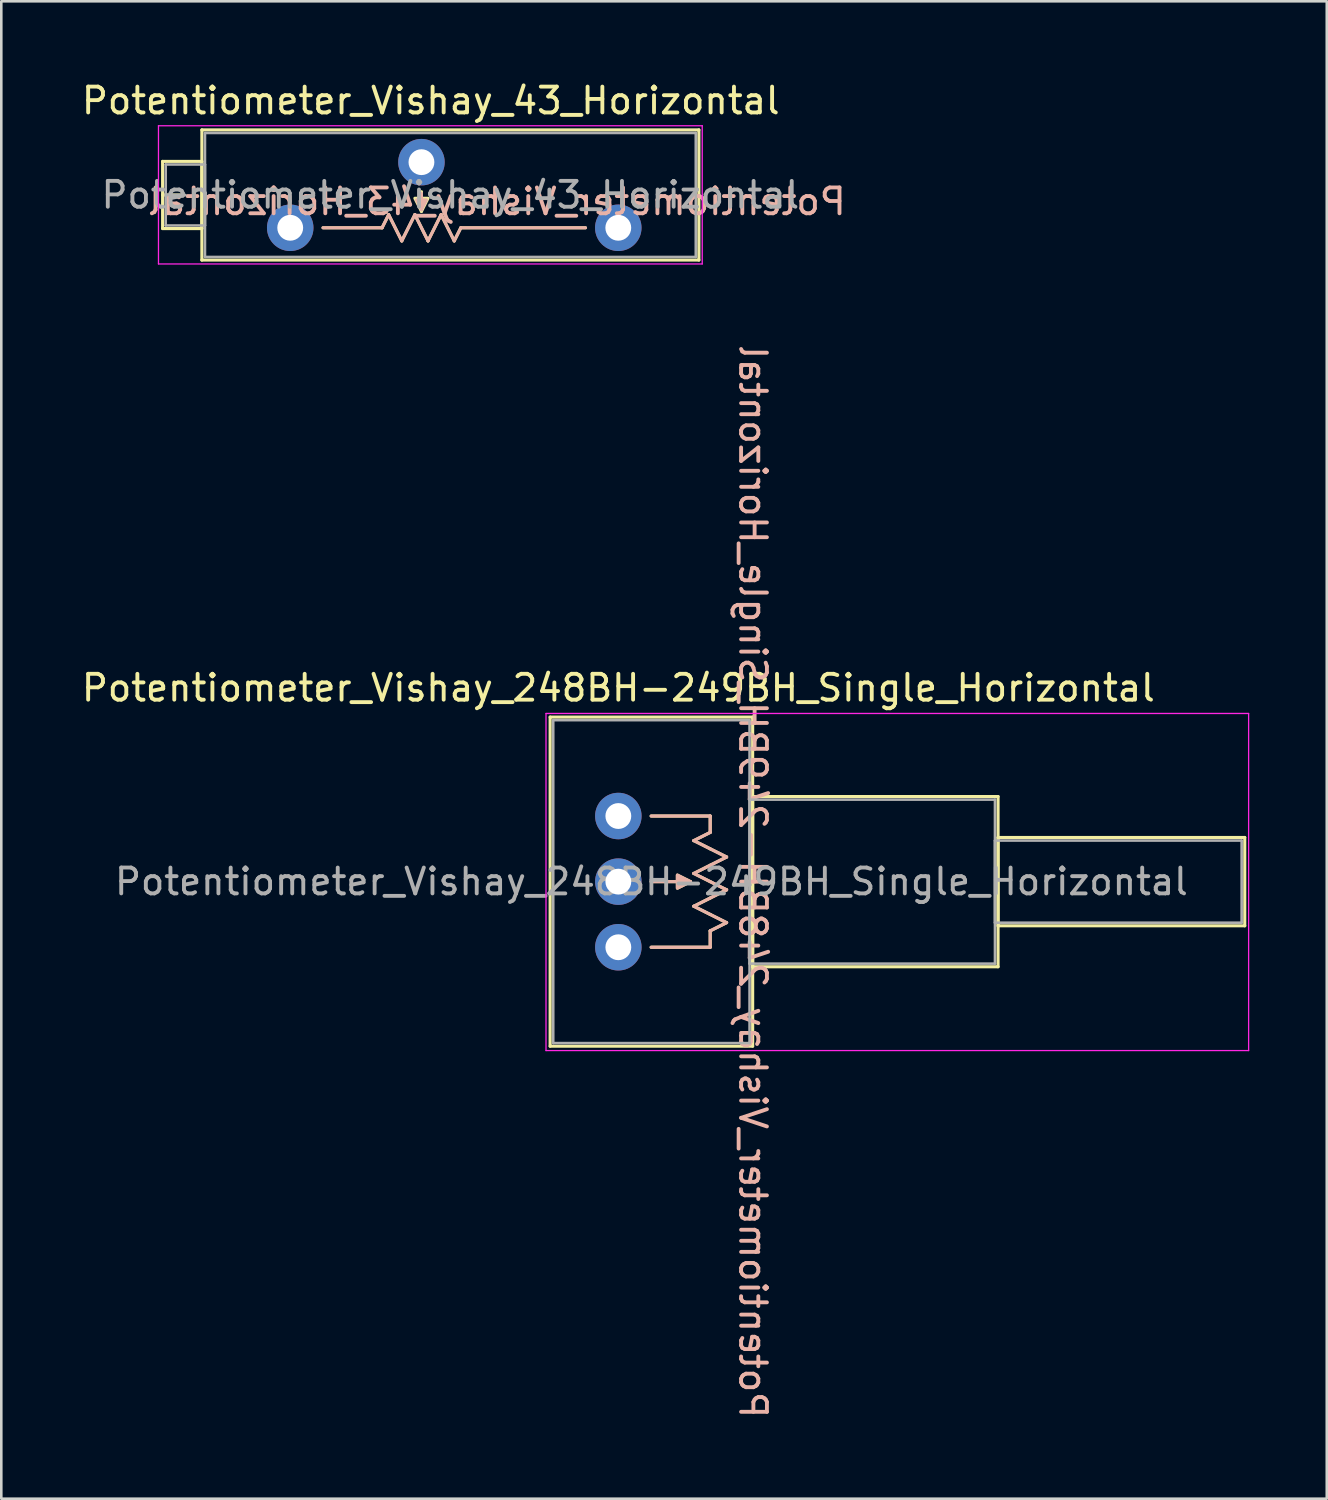
<source format=kicad_pcb>
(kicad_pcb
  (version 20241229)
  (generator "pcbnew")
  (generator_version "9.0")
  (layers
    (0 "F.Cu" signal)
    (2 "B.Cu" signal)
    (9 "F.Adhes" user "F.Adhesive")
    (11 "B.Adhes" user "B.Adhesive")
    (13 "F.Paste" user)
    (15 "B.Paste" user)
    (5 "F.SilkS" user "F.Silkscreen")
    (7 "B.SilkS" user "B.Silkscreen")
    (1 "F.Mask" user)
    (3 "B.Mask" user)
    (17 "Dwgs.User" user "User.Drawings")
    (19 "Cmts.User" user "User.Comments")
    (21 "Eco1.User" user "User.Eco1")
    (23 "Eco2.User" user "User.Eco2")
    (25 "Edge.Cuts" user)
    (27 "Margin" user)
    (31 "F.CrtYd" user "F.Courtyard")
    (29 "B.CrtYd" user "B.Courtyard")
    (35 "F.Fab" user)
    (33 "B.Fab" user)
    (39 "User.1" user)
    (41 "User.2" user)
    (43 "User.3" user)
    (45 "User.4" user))
  (footprint "Potentiometer_Vishay_248BH-249BH_Single_Horizontal"
    (layer "F.Cu")
    (at 20.887 33.62)
    (property "Reference" "Potentiometer_Vishay_248BH-249BH_Single_Horizontal" (at 0 -10.04 0) (layer "F.SilkS") (effects (font (size 1 1) (thickness 0.15))))
    (attr through_hole)
    (fp_line (start -2.64 -8.91) (end -2.64 3.83) (stroke (width 0.12) (type solid)) (layer "F.SilkS"))
    (fp_line (start -2.64 -8.91) (end 5.2 -8.91) (stroke (width 0.12) (type solid)) (layer "F.SilkS"))
    (fp_line (start -2.64 3.83) (end 5.2 3.83) (stroke (width 0.12) (type solid)) (layer "F.SilkS"))
    (fp_line (start 1.27 -5.08) (end 3.556 -5.08) (stroke (width 0.12) (type solid)) (layer "F.SilkS"))
    (fp_line (start 1.27 0) (end 3.556 0) (stroke (width 0.12) (type solid)) (layer "F.SilkS"))
    (fp_line (start 2.794 -2.54) (end 1.27 -2.54) (stroke (width 0.12) (type solid)) (layer "F.SilkS"))
    (fp_line (start 2.921 -4.128) (end 3.556 -3.81) (stroke (width 0.12) (type solid)) (layer "F.SilkS"))
    (fp_line (start 2.921 -2.857) (end 3.556 -2.54) (stroke (width 0.12) (type solid)) (layer "F.SilkS"))
    (fp_line (start 2.921 -1.587) (end 3.556 -1.27) (stroke (width 0.12) (type solid)) (layer "F.SilkS"))
    (fp_line (start 3.556 -5.08) (end 3.556 -4.445) (stroke (width 0.12) (type solid)) (layer "F.SilkS"))
    (fp_line (start 3.556 -4.445) (end 2.921 -4.128) (stroke (width 0.12) (type solid)) (layer "F.SilkS"))
    (fp_line (start 3.556 -3.175) (end 2.921 -2.857) (stroke (width 0.12) (type solid)) (layer "F.SilkS"))
    (fp_line (start 3.556 -3.175) (end 4.191 -3.493) (stroke (width 0.12) (type solid)) (layer "F.SilkS"))
    (fp_line (start 3.556 -1.905) (end 2.921 -1.587) (stroke (width 0.12) (type solid)) (layer "F.SilkS"))
    (fp_line (start 3.556 -1.905) (end 4.191 -2.223) (stroke (width 0.12) (type solid)) (layer "F.SilkS"))
    (fp_line (start 3.556 -0.635) (end 4.191 -0.953) (stroke (width 0.12) (type solid)) (layer "F.SilkS"))
    (fp_line (start 3.556 0) (end 3.556 -0.635) (stroke (width 0.12) (type solid)) (layer "F.SilkS"))
    (fp_line (start 4.191 -3.493) (end 3.556 -3.81) (stroke (width 0.12) (type solid)) (layer "F.SilkS"))
    (fp_line (start 4.191 -2.223) (end 3.556 -2.54) (stroke (width 0.12) (type solid)) (layer "F.SilkS"))
    (fp_line (start 4.191 -0.953) (end 3.556 -1.27) (stroke (width 0.12) (type solid)) (layer "F.SilkS"))
    (fp_line (start 5.2 -8.91) (end 5.2 3.83) (stroke (width 0.12) (type solid)) (layer "F.SilkS"))
    (fp_line (start 5.2 -5.835) (end 5.2 0.755) (stroke (width 0.12) (type solid)) (layer "F.SilkS"))
    (fp_line (start 5.2 -5.835) (end 14.7 -5.835) (stroke (width 0.12) (type solid)) (layer "F.SilkS"))
    (fp_line (start 5.2 0.755) (end 14.7 0.755) (stroke (width 0.12) (type solid)) (layer "F.SilkS"))
    (fp_line (start 14.7 -5.835) (end 14.7 0.755) (stroke (width 0.12) (type solid)) (layer "F.SilkS"))
    (fp_line (start 14.7 -4.249) (end 14.7 -0.83) (stroke (width 0.12) (type solid)) (layer "F.SilkS"))
    (fp_line (start 14.7 -4.249) (end 24.25 -4.249) (stroke (width 0.12) (type solid)) (layer "F.SilkS"))
    (fp_line (start 14.7 -0.83) (end 24.25 -0.83) (stroke (width 0.12) (type solid)) (layer "F.SilkS"))
    (fp_line (start 24.25 -4.249) (end 24.25 -0.83) (stroke (width 0.12) (type solid)) (layer "F.SilkS"))
    (fp_poly (pts (xy 2.794 -2.54) (xy 2.286 -2.286) (xy 2.286 -2.794)) (stroke (width 0.12) (type solid)) (fill yes) (layer "F.SilkS"))
    (fp_line (start 1.27 -5.08) (end 3.556 -5.08) (stroke (width 0.12) (type solid)) (layer "B.SilkS"))
    (fp_line (start 1.27 -2.54) (end 2.794 -2.54) (stroke (width 0.12) (type solid)) (layer "B.SilkS"))
    (fp_line (start 2.921 -4.128) (end 4.191 -3.493) (stroke (width 0.12) (type solid)) (layer "B.SilkS"))
    (fp_line (start 2.921 -2.857) (end 4.191 -2.223) (stroke (width 0.12) (type solid)) (layer "B.SilkS"))
    (fp_line (start 2.921 -1.587) (end 4.191 -0.953) (stroke (width 0.12) (type solid)) (layer "B.SilkS"))
    (fp_line (start 3.556 -5.08) (end 3.556 -4.445) (stroke (width 0.12) (type solid)) (layer "B.SilkS"))
    (fp_line (start 3.556 -4.445) (end 2.921 -4.128) (stroke (width 0.12) (type solid)) (layer "B.SilkS"))
    (fp_line (start 3.556 -0.635) (end 3.556 0) (stroke (width 0.12) (type solid)) (layer "B.SilkS"))
    (fp_line (start 3.556 0) (end 1.27 0) (stroke (width 0.12) (type solid)) (layer "B.SilkS"))
    (fp_line (start 4.191 -3.493) (end 2.921 -2.857) (stroke (width 0.12) (type solid)) (layer "B.SilkS"))
    (fp_line (start 4.191 -2.223) (end 2.921 -1.587) (stroke (width 0.12) (type solid)) (layer "B.SilkS"))
    (fp_line (start 4.191 -0.953) (end 3.556 -0.635) (stroke (width 0.12) (type solid)) (layer "B.SilkS"))
    (fp_poly (pts (xy 2.794 -2.54) (xy 2.286 -2.286) (xy 2.286 -2.794)) (stroke (width 0.12) (type solid)) (fill yes) (layer "B.SilkS"))
    (fp_line (start -2.8 -9.05) (end -2.8 4) (stroke (width 0.05) (type solid)) (layer "F.CrtYd"))
    (fp_line (start -2.8 4) (end 24.4 4) (stroke (width 0.05) (type solid)) (layer "F.CrtYd"))
    (fp_line (start 24.4 -9.05) (end -2.8 -9.05) (stroke (width 0.05) (type solid)) (layer "F.CrtYd"))
    (fp_line (start 24.4 4) (end 24.4 -9.05) (stroke (width 0.05) (type solid)) (layer "F.CrtYd"))
    (fp_line (start -2.52 -8.79) (end -2.52 3.71) (stroke (width 0.1) (type solid)) (layer "F.Fab"))
    (fp_line (start -2.52 3.71) (end 5.08 3.71) (stroke (width 0.1) (type solid)) (layer "F.Fab"))
    (fp_line (start 5.08 -8.79) (end -2.52 -8.79) (stroke (width 0.1) (type solid)) (layer "F.Fab"))
    (fp_line (start 5.08 -5.715) (end 5.08 0.635) (stroke (width 0.1) (type solid)) (layer "F.Fab"))
    (fp_line (start 5.08 0.635) (end 14.58 0.635) (stroke (width 0.1) (type solid)) (layer "F.Fab"))
    (fp_line (start 5.08 3.71) (end 5.08 -8.79) (stroke (width 0.1) (type solid)) (layer "F.Fab"))
    (fp_line (start 14.58 -5.715) (end 5.08 -5.715) (stroke (width 0.1) (type solid)) (layer "F.Fab"))
    (fp_line (start 14.58 -4.13) (end 14.58 -0.95) (stroke (width 0.1) (type solid)) (layer "F.Fab"))
    (fp_line (start 14.58 -0.95) (end 24.13 -0.95) (stroke (width 0.1) (type solid)) (layer "F.Fab"))
    (fp_line (start 14.58 0.635) (end 14.58 -5.715) (stroke (width 0.1) (type solid)) (layer "F.Fab"))
    (fp_line (start 24.13 -4.13) (end 14.58 -4.13) (stroke (width 0.1) (type solid)) (layer "F.Fab"))
    (fp_line (start 24.13 -0.95) (end 24.13 -4.13) (stroke (width 0.1) (type solid)) (layer "F.Fab"))
    (fp_text user "${REFERENCE}" (at 5.207 -2.54 270) (unlocked yes) (layer "B.SilkS") (effects (font (size 1 1) (thickness 0.15)) (justify mirror)))
    (fp_text user "${REFERENCE}" (at 1.28 -2.54 0) (layer "F.Fab") (effects (font (size 1 1) (thickness 0.15))))
    (pad "1" thru_hole circle (at 0 0) (size 1.8 1.8) (drill 1) (layers "*.Cu" "*.Mask"))
    (pad "2" thru_hole circle (at 0 -2.54) (size 1.8 1.8) (drill 1) (layers "*.Cu" "*.Mask"))
    (pad "3" thru_hole circle (at 0 -5.08) (size 1.8 1.8) (drill 1) (layers "*.Cu" "*.Mask")))
  (footprint "Potentiometer_Vishay_43_Horizontal"
    (layer "F.Cu")
    (at 20.885 5.768)
    (property "Reference" "Potentiometer_Vishay_43_Horizontal" (at -7.26 -4.92 0) (layer "F.SilkS") (effects (font (size 1 1) (thickness 0.15))))
    (attr through_hole)
    (fp_line (start -17.64 -2.57) (end -17.64 0.03) (stroke (width 0.12) (type solid)) (layer "F.SilkS"))
    (fp_line (start -17.64 -2.57) (end -16.121 -2.57) (stroke (width 0.12) (type solid)) (layer "F.SilkS"))
    (fp_line (start -17.64 -1.27) (end -16.881 -1.27) (stroke (width 0.12) (type solid)) (layer "F.SilkS"))
    (fp_line (start -17.64 0.03) (end -16.121 0.03) (stroke (width 0.12) (type solid)) (layer "F.SilkS"))
    (fp_line (start -16.121 -2.57) (end -16.121 0.03) (stroke (width 0.12) (type solid)) (layer "F.SilkS"))
    (fp_line (start -16.12 -3.79) (end -16.12 1.25) (stroke (width 0.12) (type solid)) (layer "F.SilkS"))
    (fp_line (start -16.12 -3.79) (end 3.12 -3.79) (stroke (width 0.12) (type solid)) (layer "F.SilkS"))
    (fp_line (start -16.12 1.25) (end 3.12 1.25) (stroke (width 0.12) (type solid)) (layer "F.SilkS"))
    (fp_line (start -9.144 0) (end -11.43 0) (stroke (width 0.12) (type solid)) (layer "F.SilkS"))
    (fp_line (start -9.144 0) (end -8.89 -0.508) (stroke (width 0.12) (type solid)) (layer "F.SilkS"))
    (fp_line (start -8.89 -0.508) (end -8.382 0.508) (stroke (width 0.12) (type solid)) (layer "F.SilkS"))
    (fp_line (start -8.382 0.508) (end -7.874 -0.508) (stroke (width 0.12) (type solid)) (layer "F.SilkS"))
    (fp_line (start -7.874 -0.508) (end -7.366 0.508) (stroke (width 0.12) (type solid)) (layer "F.SilkS"))
    (fp_line (start -7.62 -1.397) (end -7.62 -0.635) (stroke (width 0.12) (type solid)) (layer "F.SilkS"))
    (fp_line (start -7.366 0.508) (end -6.858 -0.508) (stroke (width 0.12) (type solid)) (layer "F.SilkS"))
    (fp_line (start -6.858 -0.508) (end -6.35 0.508) (stroke (width 0.12) (type solid)) (layer "F.SilkS"))
    (fp_line (start -6.35 0.508) (end -6.096 0) (stroke (width 0.12) (type solid)) (layer "F.SilkS"))
    (fp_line (start -6.096 0) (end -1.27 0) (stroke (width 0.12) (type solid)) (layer "F.SilkS"))
    (fp_line (start 3.12 -3.79) (end 3.12 1.25) (stroke (width 0.12) (type solid)) (layer "F.SilkS"))
    (fp_poly (pts (xy -7.62 -0.635) (xy -7.874 -1.143) (xy -7.366 -1.143)) (stroke (width 0.12) (type solid)) (fill yes) (layer "F.SilkS"))
    (fp_line (start -11.43 0) (end -9.144 0) (stroke (width 0.12) (type solid)) (layer "B.SilkS"))
    (fp_line (start -9.144 0) (end -8.89 -0.508) (stroke (width 0.12) (type solid)) (layer "B.SilkS"))
    (fp_line (start -8.89 -0.508) (end -8.382 0.508) (stroke (width 0.12) (type solid)) (layer "B.SilkS"))
    (fp_line (start -8.382 0.508) (end -7.874 -0.508) (stroke (width 0.12) (type solid)) (layer "B.SilkS"))
    (fp_line (start -7.874 -0.508) (end -7.366 0.508) (stroke (width 0.12) (type solid)) (layer "B.SilkS"))
    (fp_line (start -7.62 -1.333) (end -7.62 -0.699) (stroke (width 0.12) (type solid)) (layer "B.SilkS"))
    (fp_line (start -7.366 0.508) (end -6.858 -0.508) (stroke (width 0.12) (type solid)) (layer "B.SilkS"))
    (fp_line (start -6.858 -0.508) (end -6.35 0.508) (stroke (width 0.12) (type solid)) (layer "B.SilkS"))
    (fp_line (start -6.35 0.508) (end -6.096 0) (stroke (width 0.12) (type solid)) (layer "B.SilkS"))
    (fp_line (start -6.096 0) (end -1.27 0) (stroke (width 0.12) (type solid)) (layer "B.SilkS"))
    (fp_poly (pts (xy -7.62 -0.699) (xy -7.811 -1.079) (xy -7.429 -1.079)) (stroke (width 0.12) (type solid)) (fill yes) (layer "B.SilkS"))
    (fp_line (start -17.8 -3.95) (end -17.8 1.4) (stroke (width 0.05) (type solid)) (layer "F.CrtYd"))
    (fp_line (start -17.8 1.4) (end 3.25 1.4) (stroke (width 0.05) (type solid)) (layer "F.CrtYd"))
    (fp_line (start 3.25 -3.95) (end -17.8 -3.95) (stroke (width 0.05) (type solid)) (layer "F.CrtYd"))
    (fp_line (start 3.25 1.4) (end 3.25 -3.95) (stroke (width 0.05) (type solid)) (layer "F.CrtYd"))
    (fp_line (start -17.52 -2.45) (end -17.52 -0.09) (stroke (width 0.1) (type solid)) (layer "F.Fab"))
    (fp_line (start -17.52 -1.27) (end -16.76 -1.27) (stroke (width 0.1) (type solid)) (layer "F.Fab"))
    (fp_line (start -17.52 -0.09) (end -16 -0.09) (stroke (width 0.1) (type solid)) (layer "F.Fab"))
    (fp_line (start -16 -3.67) (end -16 1.13) (stroke (width 0.1) (type solid)) (layer "F.Fab"))
    (fp_line (start -16 -2.45) (end -17.52 -2.45) (stroke (width 0.1) (type solid)) (layer "F.Fab"))
    (fp_line (start -16 -0.09) (end -16 -2.45) (stroke (width 0.1) (type solid)) (layer "F.Fab"))
    (fp_line (start -16 1.13) (end 3 1.13) (stroke (width 0.1) (type solid)) (layer "F.Fab"))
    (fp_line (start 3 -3.67) (end -16 -3.67) (stroke (width 0.1) (type solid)) (layer "F.Fab"))
    (fp_line (start 3 1.13) (end 3 -3.67) (stroke (width 0.1) (type solid)) (layer "F.Fab"))
    (fp_text user "${REFERENCE}" (at -4.699 -1.016 0) (unlocked yes) (layer "B.SilkS") (effects (font (size 1 1) (thickness 0.15)) (justify mirror)))
    (fp_text user "${REFERENCE}" (at -6.5 -1.27 0) (layer "F.Fab") (effects (font (size 1 1) (thickness 0.15))))
    (pad "1" thru_hole circle (at 0 0) (size 1.8 1.8) (drill 1) (layers "*.Cu" "*.Mask"))
    (pad "2" thru_hole circle (at -7.62 -2.54) (size 1.8 1.8) (drill 1) (layers "*.Cu" "*.Mask"))
    (pad "3" thru_hole circle (at -12.7 0) (size 1.8 1.8) (drill 1) (layers "*.Cu" "*.Mask")))
  (gr_rect
    (start -3 -3)
    (end 48.312 54.967)
    (stroke (width 0.1) (type default))
    (fill no)
    (layer "Edge.Cuts")))
</source>
